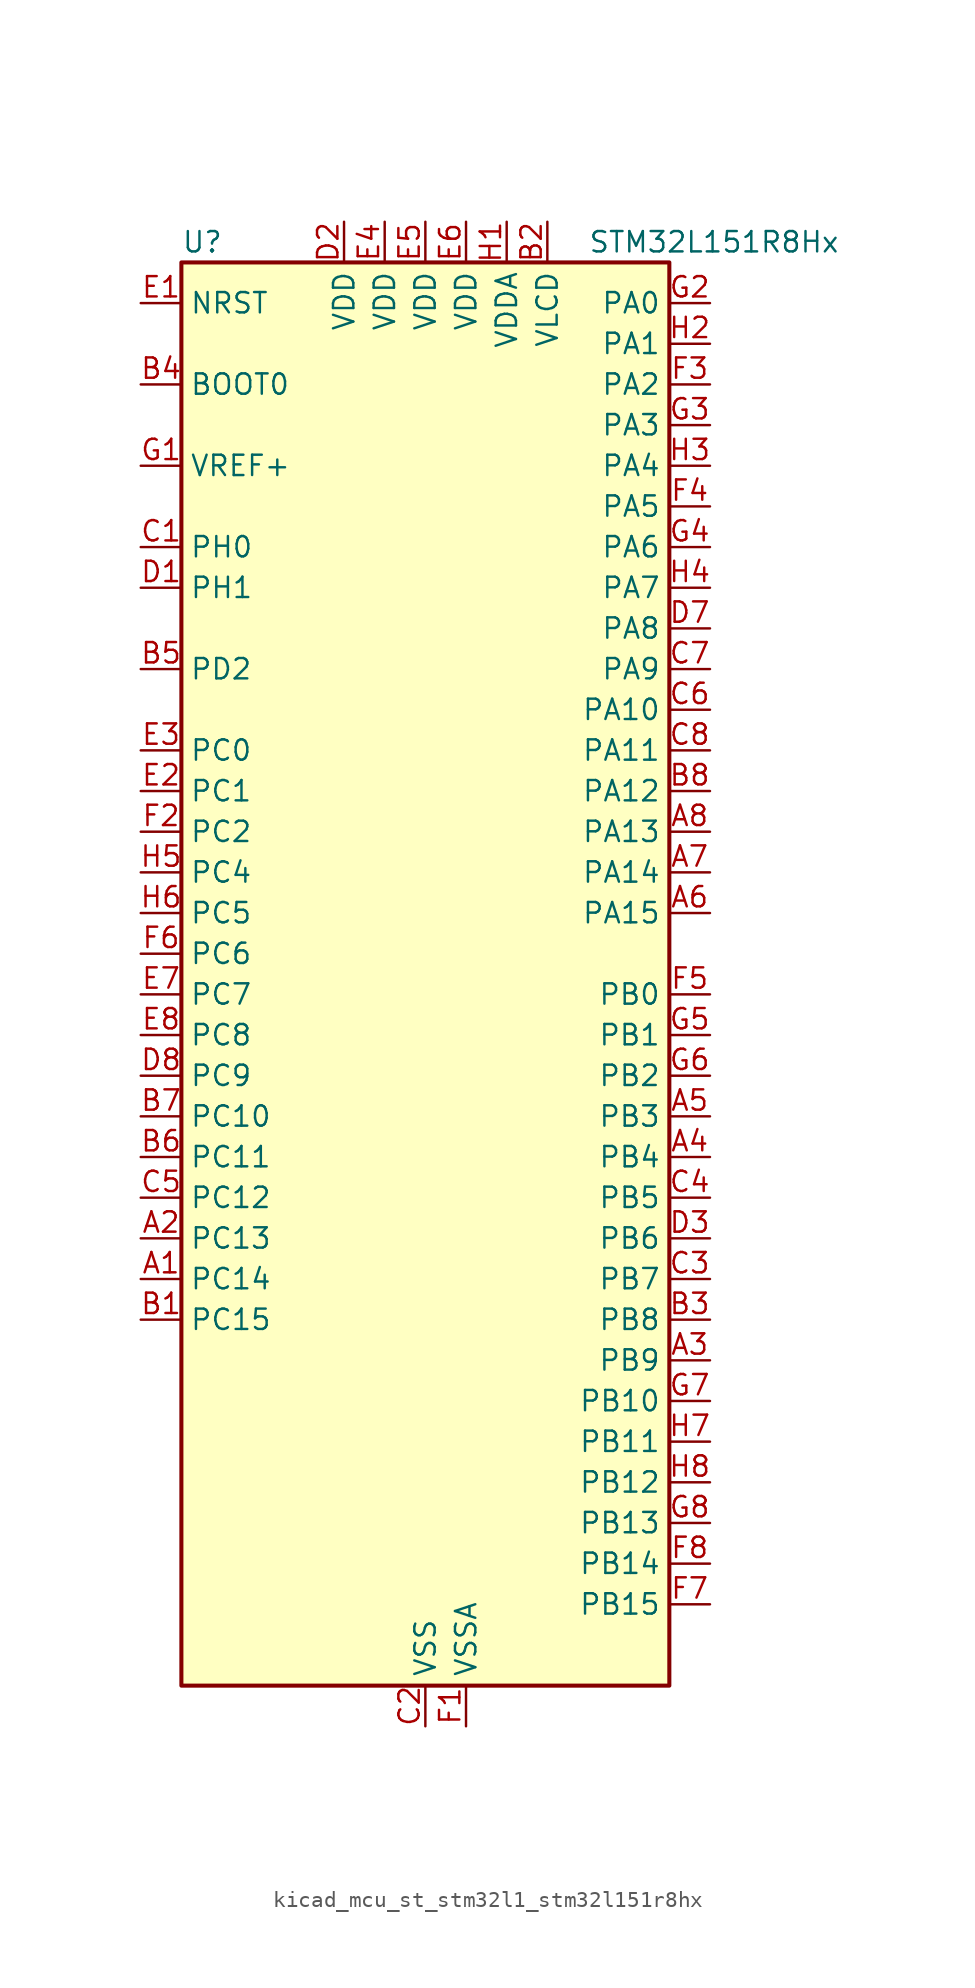
<source format=kicad_sym>
(kicad_symbol_lib
  (version 20220914)
  (generator kicad_symbol_editor)
  (symbol "kicad_mcu_st_stm32l1_stm32l151r8hx"
    (property "Reference" "U"
      (at -15.24 46.99 0)
      (effects (font (size 1.27 1.27)) (justify left)))
    (property "Value" "STM32L151R8Hx"
      (at 10.16 46.99 0)
      (effects (font (size 1.27 1.27)) (justify left)))
    (property "ki_locked" ""
      (at 0 0 0)
      (effects (font (size 1.27 1.27))))
    (symbol "kicad_mcu_st_stm32l1_stm32l151r8hx_0_1"
      (rectangle (start -15.24 -43.18) (end 15.24 45.72) (stroke (width 0.254) (type default)) (fill (type background))))
    (symbol "kicad_mcu_st_stm32l1_stm32l151r8hx_1_1"
      (pin bidirectional line (at -17.78 -17.78 0) (length 2.54) (name "PC14" (effects (font (size 1.27 1.27)))) (number "A1" (effects (font (size 1.27 1.27)))) (alternate "RCC_OSC32_IN" bidirectional line) (alternate "TIMX_IC3" bidirectional line))
      (pin bidirectional line (at -17.78 -15.24 0) (length 2.54) (name "PC13" (effects (font (size 1.27 1.27)))) (number "A2" (effects (font (size 1.27 1.27)))) (alternate "RTC_OUT_ALARM" bidirectional line) (alternate "RTC_OUT_CALIB" bidirectional line) (alternate "RTC_TAMP1" bidirectional line) (alternate "RTC_TS" bidirectional line) (alternate "SYS_WKUP2" bidirectional line) (alternate "TIMX_IC2" bidirectional line))
      (pin bidirectional line (at 17.78 -22.86 180) (length 2.54) (name "PB9" (effects (font (size 1.27 1.27)))) (number "A3" (effects (font (size 1.27 1.27)))) (alternate "DAC_EXTI9" bidirectional line) (alternate "I2C1_SDA" bidirectional line) (alternate "TIM11_CH1" bidirectional line) (alternate "TIM4_CH4" bidirectional line))
      (pin bidirectional line (at 17.78 -10.16 180) (length 2.54) (name "PB4" (effects (font (size 1.27 1.27)))) (number "A4" (effects (font (size 1.27 1.27)))) (alternate "COMP2_INP" bidirectional line) (alternate "SPI1_MISO" bidirectional line) (alternate "SYS_JTRST" bidirectional line) (alternate "TIM3_CH1" bidirectional line) (alternate "TS_G6_IO1" bidirectional line))
      (pin bidirectional line (at 17.78 -7.62 180) (length 2.54) (name "PB3" (effects (font (size 1.27 1.27)))) (number "A5" (effects (font (size 1.27 1.27)))) (alternate "COMP2_INM" bidirectional line) (alternate "SPI1_SCK" bidirectional line) (alternate "SYS_JTDO-TRACESWO" bidirectional line) (alternate "TIM2_CH2" bidirectional line))
      (pin bidirectional line (at 17.78 5.08 180) (length 2.54) (name "PA15" (effects (font (size 1.27 1.27)))) (number "A6" (effects (font (size 1.27 1.27)))) (alternate "ADC_EXTI15" bidirectional line) (alternate "SPI1_NSS" bidirectional line) (alternate "SYS_JTDI" bidirectional line) (alternate "TIM2_CH1" bidirectional line) (alternate "TIM2_ETR" bidirectional line) (alternate "TIMX_IC4" bidirectional line) (alternate "TS_G5_IO3" bidirectional line))
      (pin bidirectional line (at 17.78 7.62 180) (length 2.54) (name "PA14" (effects (font (size 1.27 1.27)))) (number "A7" (effects (font (size 1.27 1.27)))) (alternate "SYS_JTCK-SWCLK" bidirectional line) (alternate "TIMX_IC3" bidirectional line) (alternate "TS_G5_IO2" bidirectional line))
      (pin bidirectional line (at 17.78 10.16 180) (length 2.54) (name "PA13" (effects (font (size 1.27 1.27)))) (number "A8" (effects (font (size 1.27 1.27)))) (alternate "SYS_JTMS-SWDIO" bidirectional line) (alternate "TIMX_IC2" bidirectional line) (alternate "TS_G5_IO1" bidirectional line))
      (pin bidirectional line (at -17.78 -20.32 0) (length 2.54) (name "PC15" (effects (font (size 1.27 1.27)))) (number "B1" (effects (font (size 1.27 1.27)))) (alternate "ADC_EXTI15" bidirectional line) (alternate "RCC_OSC32_OUT" bidirectional line) (alternate "TIMX_IC4" bidirectional line))
      (pin power_in line (at 7.62 48.26 270) (length 2.54) (name "VLCD" (effects (font (size 1.27 1.27)))) (number "B2" (effects (font (size 1.27 1.27)))))
      (pin bidirectional line (at 17.78 -20.32 180) (length 2.54) (name "PB8" (effects (font (size 1.27 1.27)))) (number "B3" (effects (font (size 1.27 1.27)))) (alternate "I2C1_SCL" bidirectional line) (alternate "TIM10_CH1" bidirectional line) (alternate "TIM4_CH3" bidirectional line))
      (pin input line (at -17.78 38.1 0) (length 2.54) (name "BOOT0" (effects (font (size 1.27 1.27)))) (number "B4" (effects (font (size 1.27 1.27)))))
      (pin bidirectional line (at -17.78 20.32 0) (length 2.54) (name "PD2" (effects (font (size 1.27 1.27)))) (number "B5" (effects (font (size 1.27 1.27)))) (alternate "TIM3_ETR" bidirectional line) (alternate "TIMX_IC3" bidirectional line))
      (pin bidirectional line (at -17.78 -10.16 0) (length 2.54) (name "PC11" (effects (font (size 1.27 1.27)))) (number "B6" (effects (font (size 1.27 1.27)))) (alternate "ADC_EXTI11" bidirectional line) (alternate "TIMX_IC4" bidirectional line) (alternate "USART3_RX" bidirectional line))
      (pin bidirectional line (at -17.78 -7.62 0) (length 2.54) (name "PC10" (effects (font (size 1.27 1.27)))) (number "B7" (effects (font (size 1.27 1.27)))) (alternate "TIMX_IC3" bidirectional line) (alternate "USART3_TX" bidirectional line))
      (pin bidirectional line (at 17.78 12.7 180) (length 2.54) (name "PA12" (effects (font (size 1.27 1.27)))) (number "B8" (effects (font (size 1.27 1.27)))) (alternate "SPI1_MOSI" bidirectional line) (alternate "TIMX_IC1" bidirectional line) (alternate "USART1_RTS" bidirectional line) (alternate "USB_DP" bidirectional line))
      (pin bidirectional line (at -17.78 27.94 0) (length 2.54) (name "PH0" (effects (font (size 1.27 1.27)))) (number "C1" (effects (font (size 1.27 1.27)))) (alternate "RCC_OSC_IN" bidirectional line))
      (pin power_in line (at 0 -45.72 90) (length 2.54) (name "VSS" (effects (font (size 1.27 1.27)))) (number "C2" (effects (font (size 1.27 1.27)))))
      (pin bidirectional line (at 17.78 -17.78 180) (length 2.54) (name "PB7" (effects (font (size 1.27 1.27)))) (number "C3" (effects (font (size 1.27 1.27)))) (alternate "I2C1_SDA" bidirectional line) (alternate "SYS_PVD_IN" bidirectional line) (alternate "TIM4_CH2" bidirectional line) (alternate "USART1_RX" bidirectional line))
      (pin bidirectional line (at 17.78 -12.7 180) (length 2.54) (name "PB5" (effects (font (size 1.27 1.27)))) (number "C4" (effects (font (size 1.27 1.27)))) (alternate "COMP2_INP" bidirectional line) (alternate "I2C1_SMBA" bidirectional line) (alternate "SPI1_MOSI" bidirectional line) (alternate "TIM3_CH2" bidirectional line) (alternate "TS_G6_IO2" bidirectional line))
      (pin bidirectional line (at -17.78 -12.7 0) (length 2.54) (name "PC12" (effects (font (size 1.27 1.27)))) (number "C5" (effects (font (size 1.27 1.27)))) (alternate "TIMX_IC1" bidirectional line) (alternate "USART3_CK" bidirectional line))
      (pin bidirectional line (at 17.78 17.78 180) (length 2.54) (name "PA10" (effects (font (size 1.27 1.27)))) (number "C6" (effects (font (size 1.27 1.27)))) (alternate "TIMX_IC3" bidirectional line) (alternate "TS_G4_IO3" bidirectional line) (alternate "USART1_RX" bidirectional line))
      (pin bidirectional line (at 17.78 20.32 180) (length 2.54) (name "PA9" (effects (font (size 1.27 1.27)))) (number "C7" (effects (font (size 1.27 1.27)))) (alternate "DAC_EXTI9" bidirectional line) (alternate "TIMX_IC2" bidirectional line) (alternate "TS_G4_IO2" bidirectional line) (alternate "USART1_TX" bidirectional line))
      (pin bidirectional line (at 17.78 15.24 180) (length 2.54) (name "PA11" (effects (font (size 1.27 1.27)))) (number "C8" (effects (font (size 1.27 1.27)))) (alternate "ADC_EXTI11" bidirectional line) (alternate "SPI1_MISO" bidirectional line) (alternate "TIMX_IC4" bidirectional line) (alternate "USART1_CTS" bidirectional line) (alternate "USB_DM" bidirectional line))
      (pin bidirectional line (at -17.78 25.4 0) (length 2.54) (name "PH1" (effects (font (size 1.27 1.27)))) (number "D1" (effects (font (size 1.27 1.27)))) (alternate "RCC_OSC_OUT" bidirectional line))
      (pin power_in line (at -5.08 48.26 270) (length 2.54) (name "VDD" (effects (font (size 1.27 1.27)))) (number "D2" (effects (font (size 1.27 1.27)))))
      (pin bidirectional line (at 17.78 -15.24 180) (length 2.54) (name "PB6" (effects (font (size 1.27 1.27)))) (number "D3" (effects (font (size 1.27 1.27)))) (alternate "I2C1_SCL" bidirectional line) (alternate "TIM4_CH1" bidirectional line) (alternate "USART1_TX" bidirectional line))
      (pin passive line (at 0 -45.72 90) (length 2.54) hide (name "VSS" (effects (font (size 1.27 1.27)))) (number "D4" (effects (font (size 1.27 1.27)))))
      (pin passive line (at 0 -45.72 90) (length 2.54) hide (name "VSS" (effects (font (size 1.27 1.27)))) (number "D5" (effects (font (size 1.27 1.27)))))
      (pin passive line (at 0 -45.72 90) (length 2.54) hide (name "VSS" (effects (font (size 1.27 1.27)))) (number "D6" (effects (font (size 1.27 1.27)))))
      (pin bidirectional line (at 17.78 22.86 180) (length 2.54) (name "PA8" (effects (font (size 1.27 1.27)))) (number "D7" (effects (font (size 1.27 1.27)))) (alternate "RCC_MCO" bidirectional line) (alternate "TIMX_IC1" bidirectional line) (alternate "TS_G4_IO1" bidirectional line) (alternate "USART1_CK" bidirectional line))
      (pin bidirectional line (at -17.78 -5.08 0) (length 2.54) (name "PC9" (effects (font (size 1.27 1.27)))) (number "D8" (effects (font (size 1.27 1.27)))) (alternate "DAC_EXTI9" bidirectional line) (alternate "TIM3_CH4" bidirectional line) (alternate "TIMX_IC2" bidirectional line) (alternate "TS_G10_IO4" bidirectional line))
      (pin input line (at -17.78 43.18 0) (length 2.54) (name "NRST" (effects (font (size 1.27 1.27)))) (number "E1" (effects (font (size 1.27 1.27)))))
      (pin bidirectional line (at -17.78 12.7 0) (length 2.54) (name "PC1" (effects (font (size 1.27 1.27)))) (number "E2" (effects (font (size 1.27 1.27)))) (alternate "ADC_IN11" bidirectional line) (alternate "COMP1_INP" bidirectional line) (alternate "TIMX_IC2" bidirectional line) (alternate "TS_G8_IO2" bidirectional line))
      (pin bidirectional line (at -17.78 15.24 0) (length 2.54) (name "PC0" (effects (font (size 1.27 1.27)))) (number "E3" (effects (font (size 1.27 1.27)))) (alternate "ADC_IN10" bidirectional line) (alternate "COMP1_INP" bidirectional line) (alternate "TIMX_IC1" bidirectional line) (alternate "TS_G8_IO1" bidirectional line))
      (pin power_in line (at -2.54 48.26 270) (length 2.54) (name "VDD" (effects (font (size 1.27 1.27)))) (number "E4" (effects (font (size 1.27 1.27)))))
      (pin power_in line (at 0 48.26 270) (length 2.54) (name "VDD" (effects (font (size 1.27 1.27)))) (number "E5" (effects (font (size 1.27 1.27)))))
      (pin power_in line (at 2.54 48.26 270) (length 2.54) (name "VDD" (effects (font (size 1.27 1.27)))) (number "E6" (effects (font (size 1.27 1.27)))))
      (pin bidirectional line (at -17.78 0 0) (length 2.54) (name "PC7" (effects (font (size 1.27 1.27)))) (number "E7" (effects (font (size 1.27 1.27)))) (alternate "TIM3_CH2" bidirectional line) (alternate "TIMX_IC4" bidirectional line) (alternate "TS_G10_IO2" bidirectional line))
      (pin bidirectional line (at -17.78 -2.54 0) (length 2.54) (name "PC8" (effects (font (size 1.27 1.27)))) (number "E8" (effects (font (size 1.27 1.27)))) (alternate "TIM3_CH3" bidirectional line) (alternate "TIMX_IC1" bidirectional line) (alternate "TS_G10_IO3" bidirectional line))
      (pin power_in line (at 2.54 -45.72 90) (length 2.54) (name "VSSA" (effects (font (size 1.27 1.27)))) (number "F1" (effects (font (size 1.27 1.27)))))
      (pin bidirectional line (at -17.78 10.16 0) (length 2.54) (name "PC2" (effects (font (size 1.27 1.27)))) (number "F2" (effects (font (size 1.27 1.27)))) (alternate "ADC_IN12" bidirectional line) (alternate "COMP1_INP" bidirectional line) (alternate "TIMX_IC3" bidirectional line) (alternate "TS_G8_IO3" bidirectional line))
      (pin bidirectional line (at 17.78 38.1 180) (length 2.54) (name "PA2" (effects (font (size 1.27 1.27)))) (number "F3" (effects (font (size 1.27 1.27)))) (alternate "ADC_IN2" bidirectional line) (alternate "COMP1_INP" bidirectional line) (alternate "TIM2_CH3" bidirectional line) (alternate "TIM9_CH1" bidirectional line) (alternate "TIMX_IC3" bidirectional line) (alternate "TS_G1_IO3" bidirectional line) (alternate "USART2_TX" bidirectional line))
      (pin bidirectional line (at 17.78 30.48 180) (length 2.54) (name "PA5" (effects (font (size 1.27 1.27)))) (number "F4" (effects (font (size 1.27 1.27)))) (alternate "ADC_IN5" bidirectional line) (alternate "COMP1_INP" bidirectional line) (alternate "DAC_OUT2" bidirectional line) (alternate "SPI1_SCK" bidirectional line) (alternate "TIM2_CH1" bidirectional line) (alternate "TIM2_ETR" bidirectional line) (alternate "TIMX_IC2" bidirectional line))
      (pin bidirectional line (at 17.78 0 180) (length 2.54) (name "PB0" (effects (font (size 1.27 1.27)))) (number "F5" (effects (font (size 1.27 1.27)))) (alternate "ADC_IN8" bidirectional line) (alternate "COMP1_INP" bidirectional line) (alternate "SYS_V_REF_OUT" bidirectional line) (alternate "TIM3_CH3" bidirectional line) (alternate "TS_G3_IO1" bidirectional line))
      (pin bidirectional line (at -17.78 2.54 0) (length 2.54) (name "PC6" (effects (font (size 1.27 1.27)))) (number "F6" (effects (font (size 1.27 1.27)))) (alternate "TIM3_CH1" bidirectional line) (alternate "TIMX_IC3" bidirectional line) (alternate "TS_G10_IO1" bidirectional line))
      (pin bidirectional line (at 17.78 -38.1 180) (length 2.54) (name "PB15" (effects (font (size 1.27 1.27)))) (number "F7" (effects (font (size 1.27 1.27)))) (alternate "ADC_EXTI15" bidirectional line) (alternate "ADC_IN21" bidirectional line) (alternate "COMP1_INP" bidirectional line) (alternate "RTC_REFIN" bidirectional line) (alternate "SPI2_MOSI" bidirectional line) (alternate "TIM11_CH1" bidirectional line) (alternate "TS_G7_IO4" bidirectional line))
      (pin bidirectional line (at 17.78 -35.56 180) (length 2.54) (name "PB14" (effects (font (size 1.27 1.27)))) (number "F8" (effects (font (size 1.27 1.27)))) (alternate "ADC_IN20" bidirectional line) (alternate "COMP1_INP" bidirectional line) (alternate "SPI2_MISO" bidirectional line) (alternate "TIM9_CH2" bidirectional line) (alternate "TS_G7_IO3" bidirectional line) (alternate "USART3_RTS" bidirectional line))
      (pin input line (at -17.78 33.02 0) (length 2.54) (name "VREF+" (effects (font (size 1.27 1.27)))) (number "G1" (effects (font (size 1.27 1.27)))))
      (pin bidirectional line (at 17.78 43.18 180) (length 2.54) (name "PA0" (effects (font (size 1.27 1.27)))) (number "G2" (effects (font (size 1.27 1.27)))) (alternate "ADC_IN0" bidirectional line) (alternate "COMP1_INP" bidirectional line) (alternate "SYS_WKUP1" bidirectional line) (alternate "TIM2_CH1" bidirectional line) (alternate "TIM2_ETR" bidirectional line) (alternate "TIMX_IC1" bidirectional line) (alternate "TS_G1_IO1" bidirectional line) (alternate "USART2_CTS" bidirectional line))
      (pin bidirectional line (at 17.78 35.56 180) (length 2.54) (name "PA3" (effects (font (size 1.27 1.27)))) (number "G3" (effects (font (size 1.27 1.27)))) (alternate "ADC_IN3" bidirectional line) (alternate "COMP1_INP" bidirectional line) (alternate "TIM2_CH4" bidirectional line) (alternate "TIM9_CH2" bidirectional line) (alternate "TIMX_IC4" bidirectional line) (alternate "TS_G1_IO4" bidirectional line) (alternate "USART2_RX" bidirectional line))
      (pin bidirectional line (at 17.78 27.94 180) (length 2.54) (name "PA6" (effects (font (size 1.27 1.27)))) (number "G4" (effects (font (size 1.27 1.27)))) (alternate "ADC_IN6" bidirectional line) (alternate "COMP1_INP" bidirectional line) (alternate "SPI1_MISO" bidirectional line) (alternate "TIM10_CH1" bidirectional line) (alternate "TIM3_CH1" bidirectional line) (alternate "TIMX_IC3" bidirectional line) (alternate "TS_G2_IO1" bidirectional line))
      (pin bidirectional line (at 17.78 -2.54 180) (length 2.54) (name "PB1" (effects (font (size 1.27 1.27)))) (number "G5" (effects (font (size 1.27 1.27)))) (alternate "ADC_IN9" bidirectional line) (alternate "COMP1_INP" bidirectional line) (alternate "SYS_V_REF_OUT" bidirectional line) (alternate "TIM3_CH4" bidirectional line) (alternate "TS_G3_IO2" bidirectional line))
      (pin bidirectional line (at 17.78 -5.08 180) (length 2.54) (name "PB2" (effects (font (size 1.27 1.27)))) (number "G6" (effects (font (size 1.27 1.27)))))
      (pin bidirectional line (at 17.78 -25.4 180) (length 2.54) (name "PB10" (effects (font (size 1.27 1.27)))) (number "G7" (effects (font (size 1.27 1.27)))) (alternate "I2C2_SCL" bidirectional line) (alternate "TIM2_CH3" bidirectional line) (alternate "USART3_TX" bidirectional line))
      (pin bidirectional line (at 17.78 -33.02 180) (length 2.54) (name "PB13" (effects (font (size 1.27 1.27)))) (number "G8" (effects (font (size 1.27 1.27)))) (alternate "ADC_IN19" bidirectional line) (alternate "COMP1_INP" bidirectional line) (alternate "SPI2_SCK" bidirectional line) (alternate "TIM9_CH1" bidirectional line) (alternate "TS_G7_IO2" bidirectional line) (alternate "USART3_CTS" bidirectional line))
      (pin power_in line (at 5.08 48.26 270) (length 2.54) (name "VDDA" (effects (font (size 1.27 1.27)))) (number "H1" (effects (font (size 1.27 1.27)))))
      (pin bidirectional line (at 17.78 40.64 180) (length 2.54) (name "PA1" (effects (font (size 1.27 1.27)))) (number "H2" (effects (font (size 1.27 1.27)))) (alternate "ADC_IN1" bidirectional line) (alternate "COMP1_INP" bidirectional line) (alternate "TIM2_CH2" bidirectional line) (alternate "TIMX_IC2" bidirectional line) (alternate "TS_G1_IO2" bidirectional line) (alternate "USART2_RTS" bidirectional line))
      (pin bidirectional line (at 17.78 33.02 180) (length 2.54) (name "PA4" (effects (font (size 1.27 1.27)))) (number "H3" (effects (font (size 1.27 1.27)))) (alternate "ADC_IN4" bidirectional line) (alternate "COMP1_INP" bidirectional line) (alternate "DAC_OUT1" bidirectional line) (alternate "SPI1_NSS" bidirectional line) (alternate "TIMX_IC1" bidirectional line) (alternate "USART2_CK" bidirectional line))
      (pin bidirectional line (at 17.78 25.4 180) (length 2.54) (name "PA7" (effects (font (size 1.27 1.27)))) (number "H4" (effects (font (size 1.27 1.27)))) (alternate "ADC_IN7" bidirectional line) (alternate "COMP1_INP" bidirectional line) (alternate "SPI1_MOSI" bidirectional line) (alternate "TIM11_CH1" bidirectional line) (alternate "TIM3_CH2" bidirectional line) (alternate "TIMX_IC4" bidirectional line) (alternate "TS_G2_IO2" bidirectional line))
      (pin bidirectional line (at -17.78 7.62 0) (length 2.54) (name "PC4" (effects (font (size 1.27 1.27)))) (number "H5" (effects (font (size 1.27 1.27)))) (alternate "ADC_IN14" bidirectional line) (alternate "COMP1_INP" bidirectional line) (alternate "TIMX_IC1" bidirectional line) (alternate "TS_G9_IO1" bidirectional line))
      (pin bidirectional line (at -17.78 5.08 0) (length 2.54) (name "PC5" (effects (font (size 1.27 1.27)))) (number "H6" (effects (font (size 1.27 1.27)))) (alternate "ADC_IN15" bidirectional line) (alternate "COMP1_INP" bidirectional line) (alternate "TIMX_IC2" bidirectional line) (alternate "TS_G9_IO2" bidirectional line))
      (pin bidirectional line (at 17.78 -27.94 180) (length 2.54) (name "PB11" (effects (font (size 1.27 1.27)))) (number "H7" (effects (font (size 1.27 1.27)))) (alternate "ADC_EXTI11" bidirectional line) (alternate "I2C2_SDA" bidirectional line) (alternate "TIM2_CH4" bidirectional line) (alternate "USART3_RX" bidirectional line))
      (pin bidirectional line (at 17.78 -30.48 180) (length 2.54) (name "PB12" (effects (font (size 1.27 1.27)))) (number "H8" (effects (font (size 1.27 1.27)))) (alternate "ADC_IN18" bidirectional line) (alternate "COMP1_INP" bidirectional line) (alternate "I2C2_SMBA" bidirectional line) (alternate "SPI2_NSS" bidirectional line) (alternate "TIM10_CH1" bidirectional line) (alternate "TS_G7_IO1" bidirectional line) (alternate "USART3_CK" bidirectional line)))))
</source>
